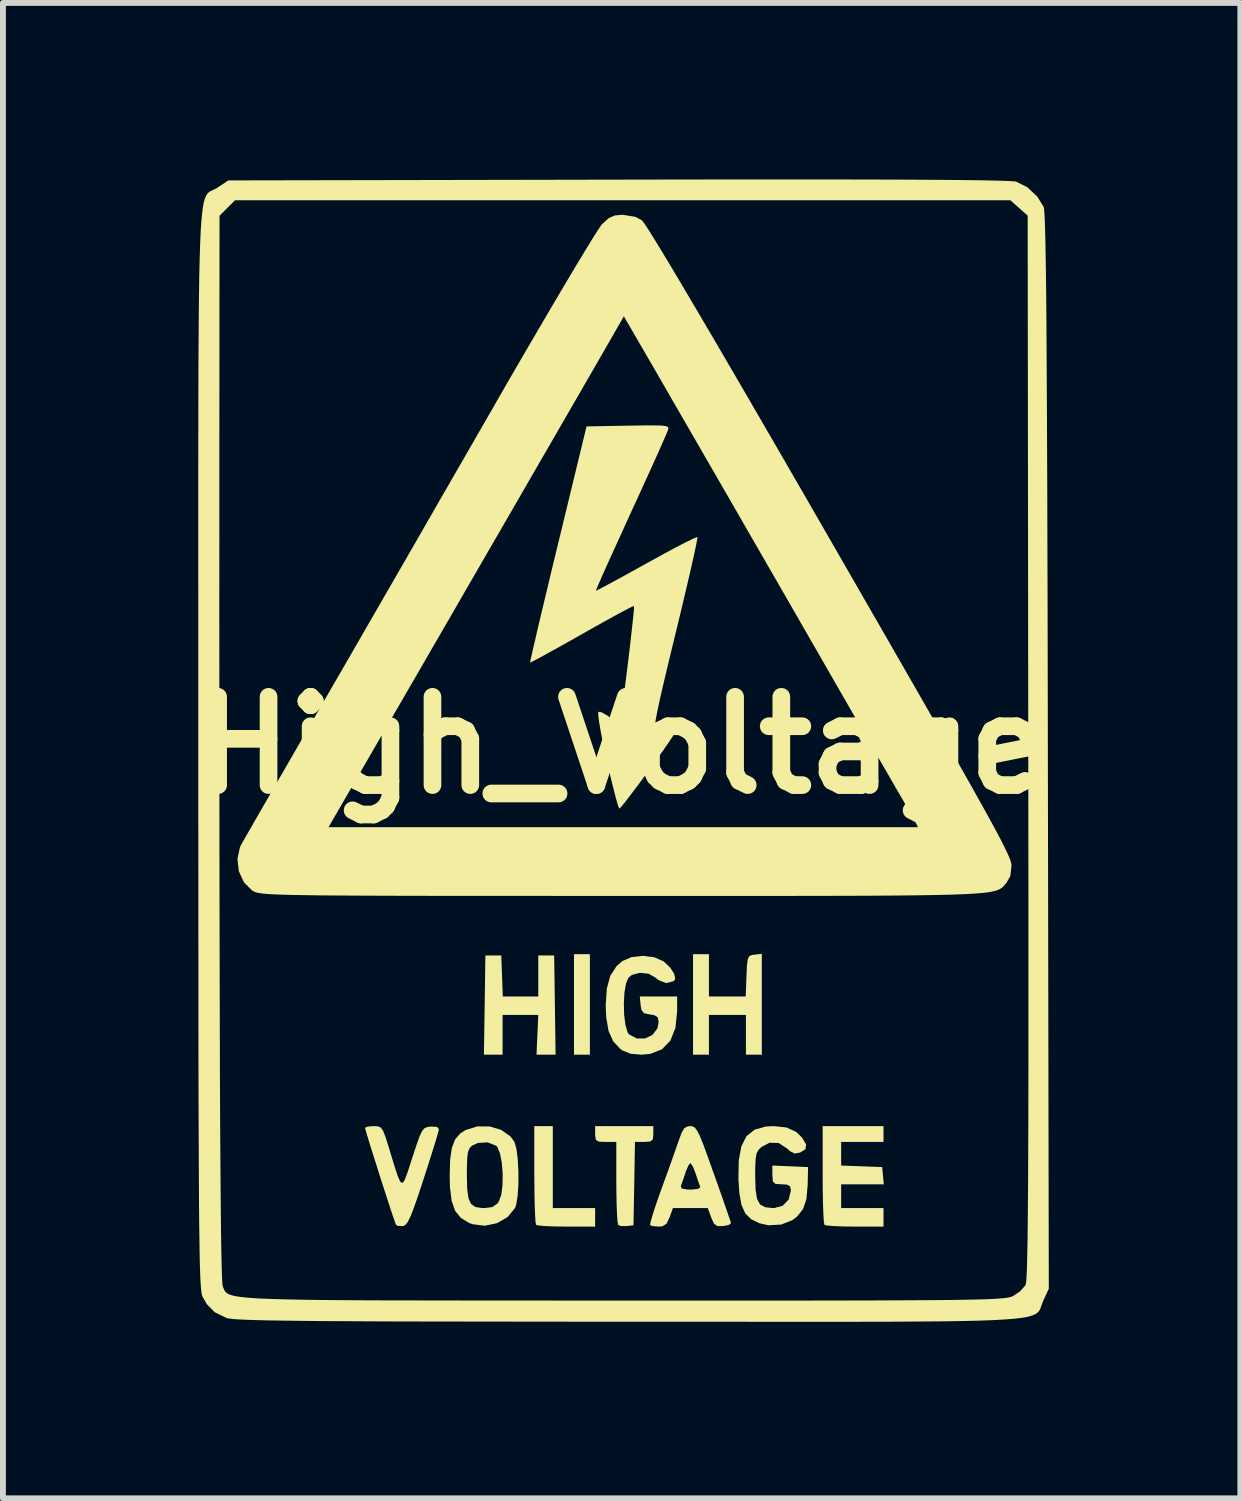
<source format=kicad_pcb>
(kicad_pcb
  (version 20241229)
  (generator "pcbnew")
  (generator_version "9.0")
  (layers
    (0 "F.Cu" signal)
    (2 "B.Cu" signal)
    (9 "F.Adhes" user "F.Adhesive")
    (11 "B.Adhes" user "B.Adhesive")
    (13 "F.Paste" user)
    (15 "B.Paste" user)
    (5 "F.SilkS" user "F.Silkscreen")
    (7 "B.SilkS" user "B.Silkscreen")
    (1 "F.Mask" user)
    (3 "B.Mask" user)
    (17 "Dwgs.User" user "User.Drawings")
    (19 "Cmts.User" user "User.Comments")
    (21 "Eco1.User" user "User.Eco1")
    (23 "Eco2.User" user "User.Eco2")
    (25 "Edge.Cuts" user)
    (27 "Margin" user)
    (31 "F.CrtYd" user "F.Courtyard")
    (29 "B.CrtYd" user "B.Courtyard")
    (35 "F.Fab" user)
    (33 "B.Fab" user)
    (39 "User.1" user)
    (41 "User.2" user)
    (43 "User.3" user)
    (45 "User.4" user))
  (footprint "High_Voltage"
    (layer "F.Cu")
    (at 7.514 9.614)
    (property "Reference" "High_Voltage" (at 0 0 0) (layer "F.SilkS") (effects (font (size 1.5 1.5) (thickness 0.3))))
    (attr board_only exclude_from_pos_files exclude_from_bom)
    (fp_poly (pts (xy -0.539 4.406) (xy -0.539 5.26) (xy -0.674 5.26) (xy -0.809 5.26) (xy -0.809 4.406) (xy -0.809 3.552) (xy -0.674 3.552) (xy -0.539 3.552)) (stroke (width 0) (type solid)) (fill yes) (layer "F.SilkS"))
    (fp_poly (pts (xy -1.169 7.17) (xy -1.169 7.867) (xy -0.809 7.867) (xy -0.45 7.867) (xy -0.45 8.025) (xy -0.45 8.182) (xy -0.937 8.182) (xy -1.138 8.179) (xy -1.304 8.172) (xy -1.416 8.162) (xy -1.454 8.152) (xy -1.463 8.1) (xy -1.471 7.972) (xy -1.478 7.784) (xy -1.482 7.55) (xy -1.484 7.298) (xy -1.484 6.474) (xy -1.326 6.474) (xy -1.169 6.474)) (stroke (width 0) (type solid)) (fill yes) (layer "F.SilkS"))
    (fp_poly (pts (xy -2.032 3.922) (xy -2.019 4.271) (xy -1.718 4.271) (xy -1.416 4.271) (xy -1.416 3.922) (xy -1.416 3.574) (xy -1.281 3.574) (xy -1.146 3.574) (xy -1.134 4.417) (xy -1.122 5.26) (xy -1.284 5.26) (xy -1.446 5.26) (xy -1.431 4.923) (xy -1.416 4.585) (xy -1.72 4.585) (xy -2.023 4.585) (xy -2.023 4.923) (xy -2.023 5.26) (xy -2.181 5.26) (xy -2.34 5.26) (xy -2.327 4.417) (xy -2.315 3.574) (xy -2.18 3.574) (xy -2.045 3.574)) (stroke (width 0) (type solid)) (fill yes) (layer "F.SilkS"))
    (fp_poly (pts (xy 0.539 6.608) (xy 0.531 6.699) (xy 0.486 6.736) (xy 0.383 6.743) (xy 0.227 6.743) (xy 0.215 7.451) (xy 0.202 8.159) (xy 0.088 8.173) (xy -0.01 8.172) (xy -0.058 8.154) (xy -0.069 8.1) (xy -0.078 7.973) (xy -0.085 7.788) (xy -0.089 7.562) (xy -0.09 7.433) (xy -0.09 6.743) (xy -0.27 6.743) (xy -0.385 6.738) (xy -0.436 6.709) (xy -0.449 6.637) (xy -0.45 6.608) (xy -0.45 6.474) (xy 0.045 6.474) (xy 0.539 6.474)) (stroke (width 0) (type solid)) (fill yes) (layer "F.SilkS"))
    (fp_poly (pts (xy 2.383 4.403) (xy 2.383 5.26) (xy 2.248 5.26) (xy 2.113 5.26) (xy 2.113 4.923) (xy 2.113 4.585) (xy 1.798 4.585) (xy 1.484 4.585) (xy 1.484 4.923) (xy 1.484 5.26) (xy 1.349 5.26) (xy 1.214 5.26) (xy 1.214 4.406) (xy 1.214 3.552) (xy 1.349 3.552) (xy 1.484 3.552) (xy 1.484 3.911) (xy 1.484 4.271) (xy 1.796 4.271) (xy 2.109 4.271) (xy 2.122 3.922) (xy 2.13 3.747) (xy 2.143 3.643) (xy 2.167 3.589) (xy 2.21 3.567) (xy 2.259 3.56) (xy 2.383 3.546)) (stroke (width 0) (type solid)) (fill yes) (layer "F.SilkS"))
    (fp_poly (pts (xy 4.451 6.608) (xy 4.451 6.743) (xy 4.091 6.743) (xy 3.731 6.743) (xy 3.731 6.944) (xy 3.731 7.144) (xy 4.08 7.157) (xy 4.428 7.17) (xy 4.442 7.317) (xy 4.456 7.463) (xy 4.094 7.463) (xy 3.731 7.463) (xy 3.731 7.665) (xy 3.731 7.867) (xy 4.091 7.867) (xy 4.451 7.867) (xy 4.451 8.025) (xy 4.451 8.182) (xy 3.964 8.182) (xy 3.763 8.179) (xy 3.596 8.172) (xy 3.484 8.162) (xy 3.447 8.152) (xy 3.437 8.1) (xy 3.429 7.972) (xy 3.422 7.784) (xy 3.418 7.55) (xy 3.417 7.298) (xy 3.417 6.474) (xy 3.934 6.474) (xy 4.451 6.474)) (stroke (width 0) (type solid)) (fill yes) (layer "F.SilkS"))
    (fp_poly (pts (xy -4.144 6.477) (xy -4.094 6.497) (xy -4.055 6.55) (xy -4.014 6.654) (xy -3.96 6.824) (xy -3.946 6.87) (xy -3.866 7.134) (xy -3.807 7.315) (xy -3.763 7.417) (xy -3.725 7.441) (xy -3.687 7.391) (xy -3.641 7.27) (xy -3.579 7.079) (xy -3.558 7.013) (xy -3.486 6.796) (xy -3.434 6.649) (xy -3.391 6.559) (xy -3.351 6.511) (xy -3.303 6.49) (xy -3.246 6.482) (xy -3.136 6.487) (xy -3.105 6.527) (xy -3.119 6.587) (xy -3.157 6.717) (xy -3.215 6.904) (xy -3.287 7.132) (xy -3.365 7.373) (xy -3.458 7.656) (xy -3.531 7.864) (xy -3.588 8.009) (xy -3.633 8.101) (xy -3.672 8.151) (xy -3.71 8.172) (xy -3.717 8.173) (xy -3.803 8.17) (xy -3.834 8.151) (xy -3.854 8.098) (xy -3.896 7.976) (xy -3.953 7.802) (xy -4.021 7.593) (xy -4.095 7.365) (xy -4.168 7.133) (xy -4.237 6.916) (xy -4.295 6.729) (xy -4.337 6.588) (xy -4.359 6.511) (xy -4.361 6.502) (xy -4.321 6.483) (xy -4.225 6.474) (xy -4.214 6.474)) (stroke (width 0) (type solid)) (fill yes) (layer "F.SilkS"))
    (fp_poly (pts (xy 0.557 3.605) (xy 0.713 3.674) (xy 0.824 3.778) (xy 0.894 3.884) (xy 0.911 3.972) (xy 0.886 4.01) (xy 0.758 4.043) (xy 0.627 3.993) (xy 0.584 3.956) (xy 0.461 3.885) (xy 0.312 3.868) (xy 0.175 3.905) (xy 0.119 3.948) (xy 0.076 4.044) (xy 0.049 4.199) (xy 0.038 4.386) (xy 0.043 4.579) (xy 0.064 4.751) (xy 0.1 4.877) (xy 0.127 4.916) (xy 0.259 4.985) (xy 0.4 4.984) (xy 0.525 4.924) (xy 0.608 4.814) (xy 0.629 4.708) (xy 0.615 4.625) (xy 0.554 4.588) (xy 0.483 4.577) (xy 0.38 4.555) (xy 0.336 4.497) (xy 0.323 4.417) (xy 0.309 4.271) (xy 0.627 4.271) (xy 0.944 4.271) (xy 0.944 4.519) (xy 0.915 4.804) (xy 0.829 5.021) (xy 0.685 5.169) (xy 0.486 5.247) (xy 0.337 5.26) (xy 0.153 5.244) (xy 0.019 5.191) (xy -0.022 5.162) (xy -0.144 5.031) (xy -0.222 4.857) (xy -0.262 4.624) (xy -0.27 4.418) (xy -0.251 4.136) (xy -0.193 3.921) (xy -0.088 3.758) (xy 0.011 3.67) (xy 0.167 3.602) (xy 0.362 3.58)) (stroke (width 0) (type solid)) (fill yes) (layer "F.SilkS"))
    (fp_poly (pts (xy -2.243 6.48) (xy -2.047 6.538) (xy -1.89 6.648) (xy -1.821 6.742) (xy -1.788 6.857) (xy -1.765 7.034) (xy -1.754 7.245) (xy -1.754 7.463) (xy -1.767 7.66) (xy -1.792 7.811) (xy -1.81 7.863) (xy -1.938 8.02) (xy -2.118 8.124) (xy -2.325 8.167) (xy -2.535 8.141) (xy -2.595 8.118) (xy -2.733 8.033) (xy -2.829 7.914) (xy -2.888 7.746) (xy -2.917 7.516) (xy -2.922 7.314) (xy -2.921 7.295) (xy -2.63 7.295) (xy -2.625 7.533) (xy -2.604 7.695) (xy -2.56 7.796) (xy -2.487 7.848) (xy -2.376 7.866) (xy -2.333 7.867) (xy -2.199 7.851) (xy -2.114 7.792) (xy -2.087 7.756) (xy -2.045 7.642) (xy -2.024 7.477) (xy -2.021 7.288) (xy -2.036 7.099) (xy -2.067 6.937) (xy -2.112 6.828) (xy -2.133 6.807) (xy -2.279 6.75) (xy -2.441 6.76) (xy -2.543 6.807) (xy -2.584 6.849) (xy -2.61 6.912) (xy -2.624 7.017) (xy -2.629 7.183) (xy -2.63 7.295) (xy -2.921 7.295) (xy -2.914 7.041) (xy -2.884 6.841) (xy -2.829 6.699) (xy -2.742 6.598) (xy -2.654 6.542) (xy -2.454 6.479)) (stroke (width 0) (type solid)) (fill yes) (layer "F.SilkS"))
    (fp_poly (pts (xy 2.803 6.497) (xy 2.966 6.572) (xy 3.067 6.67) (xy 3.136 6.785) (xy 3.124 6.866) (xy 3.035 6.923) (xy 2.944 6.94) (xy 2.863 6.901) (xy 2.812 6.854) (xy 2.668 6.761) (xy 2.515 6.756) (xy 2.376 6.829) (xy 2.326 6.878) (xy 2.295 6.936) (xy 2.278 7.027) (xy 2.271 7.171) (xy 2.27 7.327) (xy 2.277 7.558) (xy 2.302 7.713) (xy 2.355 7.807) (xy 2.443 7.853) (xy 2.575 7.867) (xy 2.591 7.867) (xy 2.737 7.828) (xy 2.839 7.721) (xy 2.877 7.567) (xy 2.877 7.565) (xy 2.863 7.495) (xy 2.805 7.467) (xy 2.72 7.463) (xy 2.615 7.456) (xy 2.571 7.417) (xy 2.563 7.319) (xy 2.562 7.303) (xy 2.562 7.144) (xy 2.866 7.157) (xy 3.169 7.17) (xy 3.162 7.475) (xy 3.141 7.713) (xy 3.083 7.885) (xy 2.979 8.014) (xy 2.904 8.071) (xy 2.713 8.147) (xy 2.496 8.159) (xy 2.342 8.125) (xy 2.201 8.056) (xy 2.102 7.958) (xy 2.038 7.816) (xy 2.001 7.614) (xy 1.985 7.374) (xy 1.991 7.056) (xy 2.036 6.815) (xy 2.124 6.643) (xy 2.261 6.534) (xy 2.45 6.481) (xy 2.584 6.474)) (stroke (width 0) (type solid)) (fill yes) (layer "F.SilkS"))
    (fp_poly (pts (xy 1.208 6.479) (xy 1.245 6.5) (xy 1.283 6.55) (xy 1.328 6.639) (xy 1.385 6.778) (xy 1.459 6.979) (xy 1.557 7.253) (xy 1.567 7.281) (xy 1.657 7.535) (xy 1.736 7.76) (xy 1.799 7.942) (xy 1.842 8.068) (xy 1.859 8.123) (xy 1.859 8.124) (xy 1.825 8.152) (xy 1.732 8.172) (xy 1.723 8.173) (xy 1.625 8.172) (xy 1.568 8.129) (xy 1.523 8.027) (xy 1.465 7.867) (xy 1.169 7.867) (xy 0.872 7.867) (xy 0.815 8.025) (xy 0.763 8.133) (xy 0.693 8.177) (xy 0.634 8.182) (xy 0.534 8.174) (xy 0.485 8.158) (xy 0.491 8.109) (xy 0.524 7.992) (xy 0.578 7.824) (xy 0.649 7.62) (xy 0.67 7.562) (xy 0.694 7.496) (xy 1.005 7.496) (xy 1.02 7.534) (xy 1.11 7.551) (xy 1.169 7.553) (xy 1.292 7.543) (xy 1.336 7.514) (xy 1.333 7.496) (xy 1.304 7.419) (xy 1.264 7.299) (xy 1.255 7.272) (xy 1.213 7.165) (xy 1.176 7.107) (xy 1.169 7.103) (xy 1.137 7.141) (xy 1.095 7.237) (xy 1.083 7.272) (xy 1.042 7.395) (xy 1.009 7.485) (xy 1.005 7.496) (xy 0.694 7.496) (xy 0.757 7.323) (xy 0.841 7.089) (xy 0.913 6.885) (xy 0.964 6.738) (xy 0.966 6.732) (xy 1.02 6.586) (xy 1.067 6.508) (xy 1.122 6.478) (xy 1.167 6.474)) (stroke (width 0) (type solid)) (fill yes) (layer "F.SilkS"))
    (fp_poly (pts (xy 0.687 -5.431) (xy 0.758 -5.421) (xy 0.79 -5.404) (xy 0.794 -5.377) (xy 0.787 -5.35) (xy 0.761 -5.288) (xy 0.703 -5.155) (xy 0.617 -4.961) (xy 0.507 -4.717) (xy 0.378 -4.434) (xy 0.236 -4.122) (xy 0.155 -3.947) (xy 0.01 -3.628) (xy -0.123 -3.337) (xy -0.238 -3.083) (xy -0.331 -2.876) (xy -0.397 -2.725) (xy -0.432 -2.64) (xy -0.437 -2.625) (xy -0.397 -2.643) (xy -0.289 -2.699) (xy -0.127 -2.787) (xy 0.08 -2.899) (xy 0.319 -3.032) (xy 0.419 -3.087) (xy 0.669 -3.225) (xy 0.891 -3.345) (xy 1.075 -3.441) (xy 1.209 -3.506) (xy 1.28 -3.536) (xy 1.288 -3.537) (xy 1.283 -3.49) (xy 1.259 -3.365) (xy 1.217 -3.172) (xy 1.16 -2.921) (xy 1.09 -2.621) (xy 1.01 -2.283) (xy 0.921 -1.916) (xy 0.909 -1.867) (xy 0.803 -1.43) (xy 0.718 -1.073) (xy 0.653 -0.79) (xy 0.607 -0.575) (xy 0.577 -0.419) (xy 0.563 -0.317) (xy 0.563 -0.262) (xy 0.577 -0.248) (xy 0.58 -0.249) (xy 0.673 -0.276) (xy 0.8 -0.302) (xy 0.806 -0.303) (xy 0.906 -0.315) (xy 0.939 -0.296) (xy 0.928 -0.247) (xy 0.892 -0.184) (xy 0.814 -0.067) (xy 0.707 0.088) (xy 0.578 0.268) (xy 0.44 0.459) (xy 0.302 0.647) (xy 0.175 0.816) (xy 0.069 0.954) (xy -0.006 1.047) (xy -0.039 1.079) (xy -0.057 1.037) (xy -0.091 0.921) (xy -0.137 0.745) (xy -0.192 0.522) (xy -0.251 0.267) (xy -0.307 0.01) (xy -0.352 -0.217) (xy -0.383 -0.398) (xy -0.398 -0.52) (xy -0.395 -0.568) (xy -0.339 -0.558) (xy -0.243 -0.504) (xy -0.2 -0.473) (xy -0.093 -0.403) (xy -0.037 -0.396) (xy -0.026 -0.413) (xy -0.013 -0.48) (xy 0.007 -0.616) (xy 0.033 -0.806) (xy 0.062 -1.033) (xy 0.094 -1.283) (xy 0.125 -1.539) (xy 0.154 -1.786) (xy 0.179 -2.008) (xy 0.198 -2.189) (xy 0.21 -2.313) (xy 0.211 -2.366) (xy 0.211 -2.366) (xy 0.169 -2.35) (xy 0.061 -2.294) (xy -0.103 -2.206) (xy -0.31 -2.092) (xy -0.551 -1.957) (xy -0.674 -1.887) (xy -0.925 -1.745) (xy -1.15 -1.62) (xy -1.335 -1.518) (xy -1.47 -1.445) (xy -1.544 -1.408) (xy -1.555 -1.405) (xy -1.547 -1.449) (xy -1.52 -1.573) (xy -1.475 -1.766) (xy -1.416 -2.021) (xy -1.343 -2.328) (xy -1.259 -2.678) (xy -1.167 -3.064) (xy -1.081 -3.417) (xy -0.596 -5.417) (xy 0.11 -5.43) (xy 0.375 -5.434) (xy 0.564 -5.435)) (stroke (width 0) (type solid)) (fill yes) (layer "F.SilkS"))
    (fp_poly (pts (xy 0.235 -8.979) (xy 0.344 -8.92) (xy 0.387 -8.865) (xy 0.474 -8.732) (xy 0.604 -8.523) (xy 0.778 -8.236) (xy 0.994 -7.874) (xy 1.253 -7.436) (xy 1.554 -6.924) (xy 1.897 -6.337) (xy 2.281 -5.677) (xy 2.706 -4.943) (xy 3.172 -4.137) (xy 3.546 -3.488) (xy 3.984 -2.727) (xy 4.379 -2.041) (xy 4.733 -1.425) (xy 5.049 -0.875) (xy 5.328 -0.387) (xy 5.573 0.042) (xy 5.786 0.417) (xy 5.969 0.741) (xy 6.124 1.019) (xy 6.254 1.253) (xy 6.36 1.449) (xy 6.445 1.609) (xy 6.51 1.739) (xy 6.559 1.841) (xy 6.593 1.919) (xy 6.614 1.978) (xy 6.624 2.021) (xy 6.627 2.044) (xy 6.606 2.225) (xy 6.541 2.339) (xy 6.514 2.37) (xy 6.49 2.398) (xy 6.462 2.423) (xy 6.428 2.446) (xy 6.382 2.466) (xy 6.319 2.483) (xy 6.236 2.499) (xy 6.128 2.512) (xy 5.991 2.523) (xy 5.819 2.532) (xy 5.609 2.54) (xy 5.356 2.546) (xy 5.055 2.551) (xy 4.702 2.555) (xy 4.293 2.558) (xy 3.822 2.56) (xy 3.286 2.561) (xy 2.68 2.562) (xy 1.999 2.562) (xy 1.24 2.562) (xy 0.397 2.562) (xy 0.013 2.562) (xy -0.854 2.562) (xy -1.635 2.561) (xy -2.336 2.561) (xy -2.96 2.561) (xy -3.512 2.56) (xy -3.997 2.559) (xy -4.42 2.557) (xy -4.784 2.555) (xy -5.095 2.553) (xy -5.357 2.549) (xy -5.574 2.546) (xy -5.752 2.541) (xy -5.894 2.536) (xy -6.005 2.53) (xy -6.089 2.523) (xy -6.152 2.515) (xy -6.198 2.505) (xy -6.231 2.495) (xy -6.256 2.484) (xy -6.277 2.471) (xy -6.278 2.471) (xy -6.418 2.331) (xy -6.505 2.143) (xy -6.529 1.934) (xy -6.486 1.733) (xy -6.468 1.697) (xy -6.436 1.639) (xy -6.363 1.512) (xy -6.295 1.394) (xy -4.981 1.394) (xy 0.028 1.394) (xy 5.038 1.394) (xy 4.985 1.292) (xy 4.945 1.221) (xy 4.869 1.087) (xy 4.765 0.906) (xy 4.641 0.692) (xy 4.54 0.517) (xy 4.413 0.298) (xy 4.251 0.018) (xy 4.065 -0.304) (xy 3.866 -0.651) (xy 3.662 -1.005) (xy 3.465 -1.349) (xy 3.452 -1.371) (xy 3.303 -1.63) (xy 3.123 -1.943) (xy 2.917 -2.302) (xy 2.69 -2.696) (xy 2.447 -3.118) (xy 2.193 -3.558) (xy 1.934 -4.008) (xy 1.674 -4.459) (xy 1.419 -4.9) (xy 1.174 -5.325) (xy 0.944 -5.723) (xy 0.735 -6.086) (xy 0.551 -6.405) (xy 0.397 -6.67) (xy 0.279 -6.874) (xy 0.216 -6.982) (xy 0.038 -7.289) (xy -0.189 -6.892) (xy -0.27 -6.752) (xy -0.391 -6.541) (xy -0.549 -6.268) (xy -0.739 -5.938) (xy -0.957 -5.561) (xy -1.199 -5.142) (xy -1.46 -4.691) (xy -1.736 -4.213) (xy -2.023 -3.716) (xy -2.317 -3.209) (xy -2.613 -2.697) (xy -2.906 -2.189) (xy -3.194 -1.692) (xy -3.471 -1.213) (xy -3.733 -0.761) (xy -3.959 -0.371) (xy -4.981 1.394) (xy -6.295 1.394) (xy -6.254 1.322) (xy -6.113 1.076) (xy -5.944 0.783) (xy -5.751 0.45) (xy -5.54 0.084) (xy -5.314 -0.307) (xy -5.193 -0.517) (xy -4.958 -0.924) (xy -4.685 -1.396) (xy -4.383 -1.92) (xy -4.058 -2.483) (xy -3.718 -3.072) (xy -3.371 -3.675) (xy -3.024 -4.279) (xy -2.683 -4.87) (xy -2.358 -5.435) (xy -2.226 -5.664) (xy -1.948 -6.148) (xy -1.679 -6.612) (xy -1.423 -7.05) (xy -1.185 -7.456) (xy -0.969 -7.822) (xy -0.777 -8.144) (xy -0.614 -8.414) (xy -0.484 -8.626) (xy -0.39 -8.773) (xy -0.336 -8.85) (xy -0.33 -8.856) (xy -0.219 -8.957) (xy -0.114 -9.003) (xy 0.02 -9.014)) (stroke (width 0) (type solid)) (fill yes) (layer "F.SilkS"))
    (fp_poly (pts (xy 3.539 -9.614) (xy 4.224 -9.613) (xy 4.823 -9.611) (xy 5.338 -9.608) (xy 5.77 -9.604) (xy 6.119 -9.6) (xy 6.386 -9.594) (xy 6.572 -9.588) (xy 6.679 -9.582) (xy 6.703 -9.578) (xy 6.896 -9.481) (xy 7.064 -9.324) (xy 7.172 -9.148) (xy 7.179 -9.114) (xy 7.185 -9.044) (xy 7.191 -8.935) (xy 7.196 -8.784) (xy 7.202 -8.587) (xy 7.206 -8.342) (xy 7.211 -8.046) (xy 7.215 -7.695) (xy 7.219 -7.287) (xy 7.222 -6.819) (xy 7.225 -6.286) (xy 7.228 -5.687) (xy 7.231 -5.018) (xy 7.234 -4.277) (xy 7.236 -3.459) (xy 7.239 -2.562) (xy 7.241 -1.584) (xy 7.243 -0.52) (xy 7.244 0.112) (xy 7.26 9.238) (xy 7.165 9.444) (xy 7.146 9.492) (xy 7.131 9.535) (xy 7.117 9.574) (xy 7.099 9.609) (xy 7.073 9.64) (xy 7.035 9.668) (xy 6.981 9.692) (xy 6.905 9.714) (xy 6.805 9.732) (xy 6.675 9.747) (xy 6.512 9.76) (xy 6.312 9.771) (xy 6.069 9.78) (xy 5.78 9.787) (xy 5.441 9.792) (xy 5.047 9.795) (xy 4.595 9.798) (xy 4.079 9.799) (xy 3.496 9.8) (xy 2.841 9.8) (xy 2.11 9.799) (xy 1.299 9.799) (xy 0.404 9.798) (xy 0.106 9.798) (xy -0.822 9.798) (xy -1.664 9.797) (xy -2.424 9.796) (xy -3.106 9.795) (xy -3.714 9.794) (xy -4.252 9.792) (xy -4.725 9.789) (xy -5.136 9.787) (xy -5.489 9.783) (xy -5.788 9.779) (xy -6.037 9.775) (xy -6.241 9.77) (xy -6.403 9.764) (xy -6.527 9.758) (xy -6.618 9.751) (xy -6.679 9.743) (xy -6.713 9.735) (xy -6.911 9.639) (xy -7.048 9.502) (xy -7.122 9.373) (xy -7.131 9.35) (xy -7.138 9.312) (xy -7.145 9.258) (xy -7.152 9.183) (xy -7.158 9.083) (xy -7.163 8.956) (xy -7.168 8.797) (xy -7.172 8.602) (xy -7.175 8.369) (xy -7.179 8.093) (xy -7.182 7.771) (xy -7.184 7.399) (xy -7.186 6.974) (xy -7.188 6.492) (xy -7.19 5.949) (xy -7.191 5.342) (xy -7.192 4.667) (xy -7.192 3.92) (xy -7.193 3.099) (xy -7.193 2.198) (xy -7.194 1.215) (xy -7.194 0.146) (xy -7.194 0.071) (xy -7.194 -1.01) (xy -7.194 -2.004) (xy -7.194 -2.34) (xy -6.837 -2.34) (xy -6.836 -1.046) (xy -6.836 0.164) (xy -6.835 1.292) (xy -6.834 2.339) (xy -6.832 3.306) (xy -6.83 4.195) (xy -6.828 5.006) (xy -6.826 5.742) (xy -6.823 6.403) (xy -6.819 6.99) (xy -6.815 7.505) (xy -6.811 7.95) (xy -6.807 8.324) (xy -6.802 8.631) (xy -6.796 8.87) (xy -6.791 9.043) (xy -6.785 9.152) (xy -6.778 9.198) (xy -6.765 9.23) (xy -6.752 9.26) (xy -6.736 9.286) (xy -6.712 9.31) (xy -6.676 9.331) (xy -6.624 9.349) (xy -6.551 9.366) (xy -6.454 9.38) (xy -6.327 9.392) (xy -6.166 9.403) (xy -5.968 9.411) (xy -5.728 9.418) (xy -5.441 9.424) (xy -5.103 9.429) (xy -4.71 9.432) (xy -4.258 9.435) (xy -3.742 9.436) (xy -3.158 9.437) (xy -2.502 9.438) (xy -1.769 9.438) (xy -0.955 9.439) (xy -0.056 9.439) (xy 0.022 9.439) (xy 0.915 9.439) (xy 1.723 9.439) (xy 2.449 9.439) (xy 3.099 9.439) (xy 3.676 9.438) (xy 4.186 9.437) (xy 4.632 9.435) (xy 5.019 9.433) (xy 5.352 9.431) (xy 5.634 9.428) (xy 5.87 9.424) (xy 6.065 9.42) (xy 6.224 9.415) (xy 6.349 9.409) (xy 6.446 9.402) (xy 6.52 9.395) (xy 6.574 9.387) (xy 6.613 9.377) (xy 6.642 9.367) (xy 6.653 9.362) (xy 6.772 9.281) (xy 6.859 9.184) (xy 6.866 9.171) (xy 6.873 9.141) (xy 6.879 9.077) (xy 6.885 8.976) (xy 6.89 8.835) (xy 6.894 8.65) (xy 6.899 8.419) (xy 6.902 8.139) (xy 6.905 7.805) (xy 6.908 7.416) (xy 6.91 6.968) (xy 6.912 6.457) (xy 6.913 5.881) (xy 6.914 5.236) (xy 6.914 4.52) (xy 6.914 3.729) (xy 6.914 2.86) (xy 6.913 1.909) (xy 6.912 0.874) (xy 6.911 0.03) (xy 6.901 -8.999) (xy 6.754 -9.13) (xy 6.607 -9.261) (xy 0.018 -9.261) (xy -6.57 -9.261) (xy -6.702 -9.129) (xy -6.833 -8.998) (xy -6.834 -8.376) (xy -6.835 -6.736) (xy -6.836 -5.183) (xy -6.836 -3.719) (xy -6.837 -2.34) (xy -7.194 -2.34) (xy -7.195 -2.916) (xy -7.195 -3.749) (xy -7.195 -4.506) (xy -7.194 -5.192) (xy -7.193 -5.809) (xy -7.192 -6.362) (xy -7.189 -6.855) (xy -7.186 -7.29) (xy -7.182 -7.671) (xy -7.177 -8.003) (xy -7.17 -8.289) (xy -7.162 -8.532) (xy -7.153 -8.736) (xy -7.142 -8.904) (xy -7.129 -9.041) (xy -7.114 -9.15) (xy -7.098 -9.235) (xy -7.079 -9.298) (xy -7.058 -9.345) (xy -7.035 -9.378) (xy -7.009 -9.401) (xy -6.981 -9.418) (xy -6.95 -9.433) (xy -6.916 -9.448) (xy -6.879 -9.468) (xy -6.869 -9.475) (xy -6.683 -9.598) (xy -0.071 -9.611) (xy 0.964 -9.613) (xy 1.91 -9.614) (xy 2.768 -9.614)) (stroke (width 0) (type solid)) (fill yes) (layer "F.SilkS")))
  (gr_rect
    (start -3 -3)
    (end 18.029 22.414)
    (stroke (width 0.1) (type default))
    (fill no)
    (layer "Edge.Cuts")))
</source>
